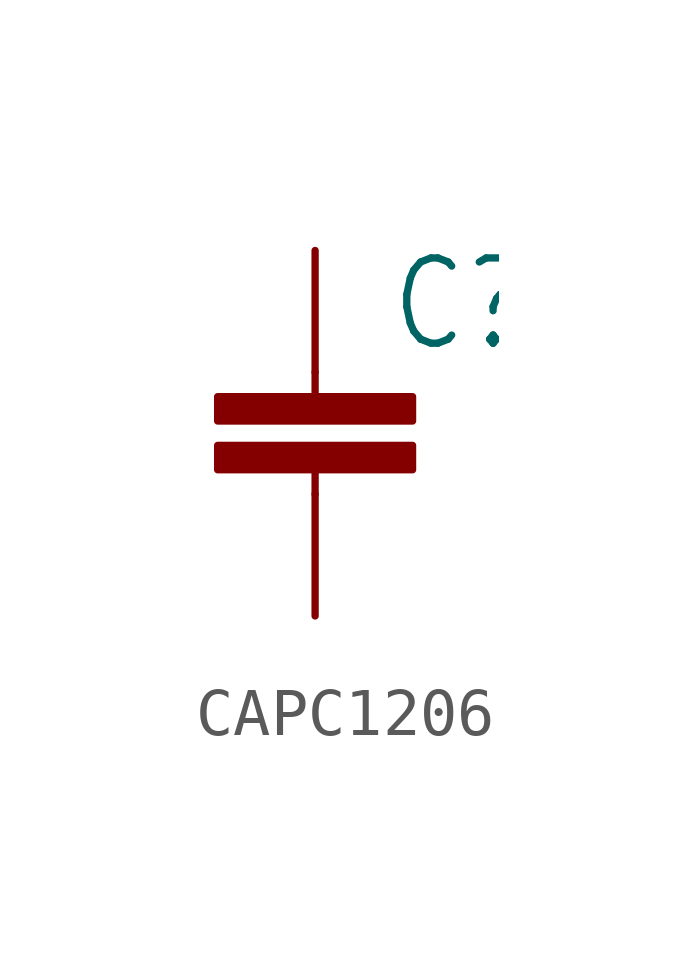
<source format=kicad_sym>
(kicad_symbol_lib
  (version 20220914)
  (generator kicad_symbol_editor)
  (symbol "CAPC1206"
    (property "Reference" "C"
      (at 1.524 2.921 0)
      (effects (font (size 1.778 1.511)) (justify left bottom)))
    (property "Value" ""
      (at 1.524 -2.159 0)
      (effects (font (size 1.778 1.511)) (justify left bottom)))
    (property "ki_locked" ""
      (at 0 0 0)
      (effects (font (size 1.27 1.27))))
    (symbol "CAPC1206_1_0"
      (rectangle (start -2.032 0.508) (end 2.032 1.016) (stroke (width 0) (type default)) (fill (type outline)))
      (rectangle (start -2.032 1.524) (end 2.032 2.032) (stroke (width 0) (type default)) (fill (type outline)))
      (polyline (pts (xy 0 0) (xy 0 0.508)) (stroke (width 0.152) (type solid)) (fill (type none)))
      (polyline (pts (xy 0 2.54) (xy 0 2.032)) (stroke (width 0.152) (type solid)) (fill (type none)))
      (pin passive line (at 0 5.08 270) (length 2.54) (name "1" (effects (font (size 0 0)))) (number "1" (effects (font (size 0 0)))))
      (pin passive line (at 0 -2.54 90) (length 2.54) (name "2" (effects (font (size 0 0)))) (number "2" (effects (font (size 0 0))))))))
</source>
